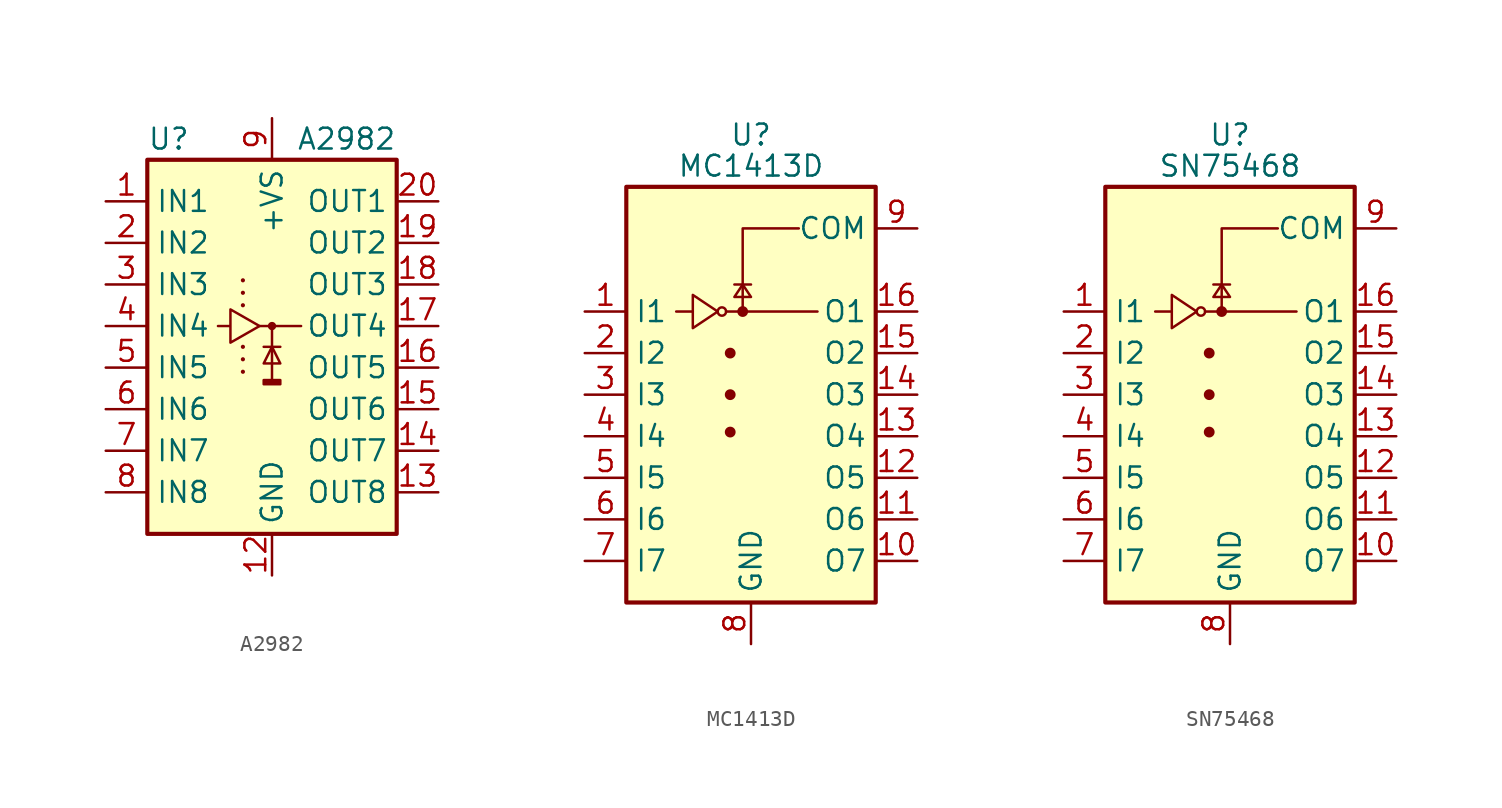
<source format=kicad_sym>
(kicad_symbol_lib
  (version 20241209)
  (generator "kicad_symbol_editor")
  (generator_version "9.0")
  (symbol "A2982"
    (property "Reference" "U"
      (at -7.62 11.43 0)
      (effects (font (size 1.27 1.27)) (justify left)))
    (property "Value" "A2982"
      (at 7.62 11.43 0)
      (effects (font (size 1.27 1.27)) (justify right)))
    (symbol "A2982_0_1"
      (rectangle (start -7.62 10.16) (end 7.62 -12.7) (stroke (width 0.254) (type default)) (fill (type background)))
      (polyline (pts (xy -3.302 0) (xy -2.54 0) (xy -2.54 1.016) (xy -0.762 0) (xy -2.54 -1.016) (xy -2.54 0)) (stroke (width 0) (type default)) (fill (type none)))
      (polyline (pts (xy -1.778 2.794) (xy -1.778 2.794)) (stroke (width 0.254) (type default)) (fill (type none)))
      (polyline (pts (xy -1.778 2.032) (xy -1.778 2.032)) (stroke (width 0.254) (type default)) (fill (type none)))
      (polyline (pts (xy -1.778 1.27) (xy -1.778 1.27)) (stroke (width 0.254) (type default)) (fill (type none)))
      (polyline (pts (xy -1.778 -1.27) (xy -1.778 -1.27)) (stroke (width 0.254) (type default)) (fill (type none)))
      (polyline (pts (xy -1.778 -2.032) (xy -1.778 -2.032)) (stroke (width 0.254) (type default)) (fill (type none)))
      (polyline (pts (xy -1.778 -2.794) (xy -1.778 -2.794)) (stroke (width 0.254) (type default)) (fill (type none)))
      (polyline (pts (xy -0.762 0) (xy 1.778 0)) (stroke (width 0) (type default)) (fill (type none)))
      (polyline (pts (xy -0.508 -1.27) (xy 0.508 -1.27)) (stroke (width 0) (type default)) (fill (type none)))
      (rectangle (start -0.508 -3.302) (end 0.508 -3.556) (stroke (width 0) (type default)) (fill (type outline)))
      (polyline (pts (xy 0 0) (xy 0 0)) (stroke (width 0.508) (type default)) (fill (type none)))
      (polyline (pts (xy 0 0) (xy 0 -3.302)) (stroke (width 0) (type default)) (fill (type none)))
      (polyline (pts (xy 0 -1.27) (xy -0.508 -2.286) (xy 0.508 -2.286) (xy 0 -1.27)) (stroke (width 0) (type default)) (fill (type none))))
    (symbol "A2982_1_1"
      (pin input line (at -10.16 7.62 0) (length 2.54) (name "IN1" (effects (font (size 1.27 1.27)))) (number "1" (effects (font (size 1.27 1.27)))))
      (pin input line (at -10.16 5.08 0) (length 2.54) (name "IN2" (effects (font (size 1.27 1.27)))) (number "2" (effects (font (size 1.27 1.27)))))
      (pin input line (at -10.16 2.54 0) (length 2.54) (name "IN3" (effects (font (size 1.27 1.27)))) (number "3" (effects (font (size 1.27 1.27)))))
      (pin input line (at -10.16 0 0) (length 2.54) (name "IN4" (effects (font (size 1.27 1.27)))) (number "4" (effects (font (size 1.27 1.27)))))
      (pin input line (at -10.16 -2.54 0) (length 2.54) (name "IN5" (effects (font (size 1.27 1.27)))) (number "5" (effects (font (size 1.27 1.27)))))
      (pin input line (at -10.16 -5.08 0) (length 2.54) (name "IN6" (effects (font (size 1.27 1.27)))) (number "6" (effects (font (size 1.27 1.27)))))
      (pin input line (at -10.16 -7.62 0) (length 2.54) (name "IN7" (effects (font (size 1.27 1.27)))) (number "7" (effects (font (size 1.27 1.27)))))
      (pin input line (at -10.16 -10.16 0) (length 2.54) (name "IN8" (effects (font (size 1.27 1.27)))) (number "8" (effects (font (size 1.27 1.27)))))
      (pin no_connect line (at -2.54 -12.7 90) (length 2.54) (hide yes) (name "NC" (effects (font (size 1.27 1.27)))) (number "10" (effects (font (size 1.27 1.27)))))
      (pin power_in line (at 0 12.7 270) (length 2.54) (name "+VS" (effects (font (size 1.27 1.27)))) (number "9" (effects (font (size 1.27 1.27)))))
      (pin power_in line (at 0 -15.24 90) (length 2.54) (name "GND" (effects (font (size 1.27 1.27)))) (number "12" (effects (font (size 1.27 1.27)))))
      (pin no_connect line (at 2.54 -12.7 90) (length 2.54) (hide yes) (name "NC" (effects (font (size 1.27 1.27)))) (number "11" (effects (font (size 1.27 1.27)))))
      (pin open_emitter line (at 10.16 7.62 180) (length 2.54) (name "OUT1" (effects (font (size 1.27 1.27)))) (number "20" (effects (font (size 1.27 1.27)))))
      (pin open_emitter line (at 10.16 5.08 180) (length 2.54) (name "OUT2" (effects (font (size 1.27 1.27)))) (number "19" (effects (font (size 1.27 1.27)))))
      (pin open_emitter line (at 10.16 2.54 180) (length 2.54) (name "OUT3" (effects (font (size 1.27 1.27)))) (number "18" (effects (font (size 1.27 1.27)))))
      (pin open_emitter line (at 10.16 0 180) (length 2.54) (name "OUT4" (effects (font (size 1.27 1.27)))) (number "17" (effects (font (size 1.27 1.27)))))
      (pin open_emitter line (at 10.16 -2.54 180) (length 2.54) (name "OUT5" (effects (font (size 1.27 1.27)))) (number "16" (effects (font (size 1.27 1.27)))))
      (pin open_emitter line (at 10.16 -5.08 180) (length 2.54) (name "OUT6" (effects (font (size 1.27 1.27)))) (number "15" (effects (font (size 1.27 1.27)))))
      (pin open_emitter line (at 10.16 -7.62 180) (length 2.54) (name "OUT7" (effects (font (size 1.27 1.27)))) (number "14" (effects (font (size 1.27 1.27)))))
      (pin open_emitter line (at 10.16 -10.16 180) (length 2.54) (name "OUT8" (effects (font (size 1.27 1.27)))) (number "13" (effects (font (size 1.27 1.27)))))))
  (symbol "MC1413D"
    (property "Reference" "U"
      (at 0 15.875 0)
      (effects (font (size 1.27 1.27))))
    (property "Value" "MC1413D"
      (at 0 13.97 0)
      (effects (font (size 1.27 1.27))))
    (symbol "MC1413D_0_1"
      (rectangle (start -7.62 -12.7) (end 7.62 12.7) (stroke (width 0.254) (type default)) (fill (type background)))
      (polyline (pts (xy -4.572 5.08) (xy -3.556 5.08)) (stroke (width 0) (type default)) (fill (type none)))
      (polyline (pts (xy -3.556 6.096) (xy -3.556 4.064) (xy -2.032 5.08) (xy -3.556 6.096)) (stroke (width 0) (type default)) (fill (type none)))
      (circle (center -1.778 5.08) (radius 0.254) (stroke (width 0) (type default)) (fill (type none)))
      (polyline (pts (xy -1.524 5.08) (xy 4.064 5.08)) (stroke (width 0) (type default)) (fill (type none)))
      (circle (center -1.27 2.54) (radius 0.254) (stroke (width 0) (type default)) (fill (type outline)))
      (circle (center -1.27 0) (radius 0.254) (stroke (width 0) (type default)) (fill (type outline)))
      (circle (center -1.27 -2.286) (radius 0.254) (stroke (width 0) (type default)) (fill (type outline)))
      (circle (center -0.508 5.08) (radius 0.254) (stroke (width 0) (type default)) (fill (type outline)))
      (polyline (pts (xy -0.508 5.08) (xy -0.508 10.16) (xy 2.921 10.16)) (stroke (width 0) (type default)) (fill (type none)))
      (polyline (pts (xy 0 6.731) (xy -1.016 6.731)) (stroke (width 0) (type default)) (fill (type none)))
      (polyline (pts (xy 0 5.969) (xy -1.016 5.969) (xy -0.508 6.731) (xy 0 5.969)) (stroke (width 0) (type default)) (fill (type none))))
    (symbol "MC1413D_1_1"
      (pin input line (at -10.16 5.08 0) (length 2.54) (name "I1" (effects (font (size 1.27 1.27)))) (number "1" (effects (font (size 1.27 1.27)))))
      (pin input line (at -10.16 2.54 0) (length 2.54) (name "I2" (effects (font (size 1.27 1.27)))) (number "2" (effects (font (size 1.27 1.27)))))
      (pin input line (at -10.16 0 0) (length 2.54) (name "I3" (effects (font (size 1.27 1.27)))) (number "3" (effects (font (size 1.27 1.27)))))
      (pin input line (at -10.16 -2.54 0) (length 2.54) (name "I4" (effects (font (size 1.27 1.27)))) (number "4" (effects (font (size 1.27 1.27)))))
      (pin input line (at -10.16 -5.08 0) (length 2.54) (name "I5" (effects (font (size 1.27 1.27)))) (number "5" (effects (font (size 1.27 1.27)))))
      (pin input line (at -10.16 -7.62 0) (length 2.54) (name "I6" (effects (font (size 1.27 1.27)))) (number "6" (effects (font (size 1.27 1.27)))))
      (pin input line (at -10.16 -10.16 0) (length 2.54) (name "I7" (effects (font (size 1.27 1.27)))) (number "7" (effects (font (size 1.27 1.27)))))
      (pin power_in line (at 0 -15.24 90) (length 2.54) (name "GND" (effects (font (size 1.27 1.27)))) (number "8" (effects (font (size 1.27 1.27)))))
      (pin passive line (at 10.16 10.16 180) (length 2.54) (name "COM" (effects (font (size 1.27 1.27)))) (number "9" (effects (font (size 1.27 1.27)))))
      (pin open_collector line (at 10.16 5.08 180) (length 2.54) (name "O1" (effects (font (size 1.27 1.27)))) (number "16" (effects (font (size 1.27 1.27)))))
      (pin open_collector line (at 10.16 2.54 180) (length 2.54) (name "O2" (effects (font (size 1.27 1.27)))) (number "15" (effects (font (size 1.27 1.27)))))
      (pin open_collector line (at 10.16 0 180) (length 2.54) (name "O3" (effects (font (size 1.27 1.27)))) (number "14" (effects (font (size 1.27 1.27)))))
      (pin open_collector line (at 10.16 -2.54 180) (length 2.54) (name "O4" (effects (font (size 1.27 1.27)))) (number "13" (effects (font (size 1.27 1.27)))))
      (pin open_collector line (at 10.16 -5.08 180) (length 2.54) (name "O5" (effects (font (size 1.27 1.27)))) (number "12" (effects (font (size 1.27 1.27)))))
      (pin open_collector line (at 10.16 -7.62 180) (length 2.54) (name "O6" (effects (font (size 1.27 1.27)))) (number "11" (effects (font (size 1.27 1.27)))))
      (pin open_collector line (at 10.16 -10.16 180) (length 2.54) (name "O7" (effects (font (size 1.27 1.27)))) (number "10" (effects (font (size 1.27 1.27)))))))
  (symbol "SN75468"
    (property "Reference" "U"
      (at 0 15.875 0)
      (effects (font (size 1.27 1.27))))
    (property "Value" "SN75468"
      (at 0 13.97 0)
      (effects (font (size 1.27 1.27))))
    (symbol "SN75468_0_1"
      (rectangle (start -7.62 -12.7) (end 7.62 12.7) (stroke (width 0.254) (type default)) (fill (type background)))
      (polyline (pts (xy -4.572 5.08) (xy -3.556 5.08)) (stroke (width 0) (type default)) (fill (type none)))
      (polyline (pts (xy -3.556 6.096) (xy -3.556 4.064) (xy -2.032 5.08) (xy -3.556 6.096)) (stroke (width 0) (type default)) (fill (type none)))
      (circle (center -1.778 5.08) (radius 0.254) (stroke (width 0) (type default)) (fill (type none)))
      (polyline (pts (xy -1.524 5.08) (xy 4.064 5.08)) (stroke (width 0) (type default)) (fill (type none)))
      (circle (center -1.27 2.54) (radius 0.254) (stroke (width 0) (type default)) (fill (type outline)))
      (circle (center -1.27 0) (radius 0.254) (stroke (width 0) (type default)) (fill (type outline)))
      (circle (center -1.27 -2.286) (radius 0.254) (stroke (width 0) (type default)) (fill (type outline)))
      (circle (center -0.508 5.08) (radius 0.254) (stroke (width 0) (type default)) (fill (type outline)))
      (polyline (pts (xy -0.508 5.08) (xy -0.508 10.16) (xy 2.921 10.16)) (stroke (width 0) (type default)) (fill (type none)))
      (polyline (pts (xy 0 6.731) (xy -1.016 6.731)) (stroke (width 0) (type default)) (fill (type none)))
      (polyline (pts (xy 0 5.969) (xy -1.016 5.969) (xy -0.508 6.731) (xy 0 5.969)) (stroke (width 0) (type default)) (fill (type none))))
    (symbol "SN75468_1_1"
      (pin input line (at -10.16 5.08 0) (length 2.54) (name "I1" (effects (font (size 1.27 1.27)))) (number "1" (effects (font (size 1.27 1.27)))))
      (pin input line (at -10.16 2.54 0) (length 2.54) (name "I2" (effects (font (size 1.27 1.27)))) (number "2" (effects (font (size 1.27 1.27)))))
      (pin input line (at -10.16 0 0) (length 2.54) (name "I3" (effects (font (size 1.27 1.27)))) (number "3" (effects (font (size 1.27 1.27)))))
      (pin input line (at -10.16 -2.54 0) (length 2.54) (name "I4" (effects (font (size 1.27 1.27)))) (number "4" (effects (font (size 1.27 1.27)))))
      (pin input line (at -10.16 -5.08 0) (length 2.54) (name "I5" (effects (font (size 1.27 1.27)))) (number "5" (effects (font (size 1.27 1.27)))))
      (pin input line (at -10.16 -7.62 0) (length 2.54) (name "I6" (effects (font (size 1.27 1.27)))) (number "6" (effects (font (size 1.27 1.27)))))
      (pin input line (at -10.16 -10.16 0) (length 2.54) (name "I7" (effects (font (size 1.27 1.27)))) (number "7" (effects (font (size 1.27 1.27)))))
      (pin power_in line (at 0 -15.24 90) (length 2.54) (name "GND" (effects (font (size 1.27 1.27)))) (number "8" (effects (font (size 1.27 1.27)))))
      (pin passive line (at 10.16 10.16 180) (length 2.54) (name "COM" (effects (font (size 1.27 1.27)))) (number "9" (effects (font (size 1.27 1.27)))))
      (pin open_collector line (at 10.16 5.08 180) (length 2.54) (name "O1" (effects (font (size 1.27 1.27)))) (number "16" (effects (font (size 1.27 1.27)))))
      (pin open_collector line (at 10.16 2.54 180) (length 2.54) (name "O2" (effects (font (size 1.27 1.27)))) (number "15" (effects (font (size 1.27 1.27)))))
      (pin open_collector line (at 10.16 0 180) (length 2.54) (name "O3" (effects (font (size 1.27 1.27)))) (number "14" (effects (font (size 1.27 1.27)))))
      (pin open_collector line (at 10.16 -2.54 180) (length 2.54) (name "O4" (effects (font (size 1.27 1.27)))) (number "13" (effects (font (size 1.27 1.27)))))
      (pin open_collector line (at 10.16 -5.08 180) (length 2.54) (name "O5" (effects (font (size 1.27 1.27)))) (number "12" (effects (font (size 1.27 1.27)))))
      (pin open_collector line (at 10.16 -7.62 180) (length 2.54) (name "O6" (effects (font (size 1.27 1.27)))) (number "11" (effects (font (size 1.27 1.27)))))
      (pin open_collector line (at 10.16 -10.16 180) (length 2.54) (name "O7" (effects (font (size 1.27 1.27)))) (number "10" (effects (font (size 1.27 1.27))))))))
</source>
